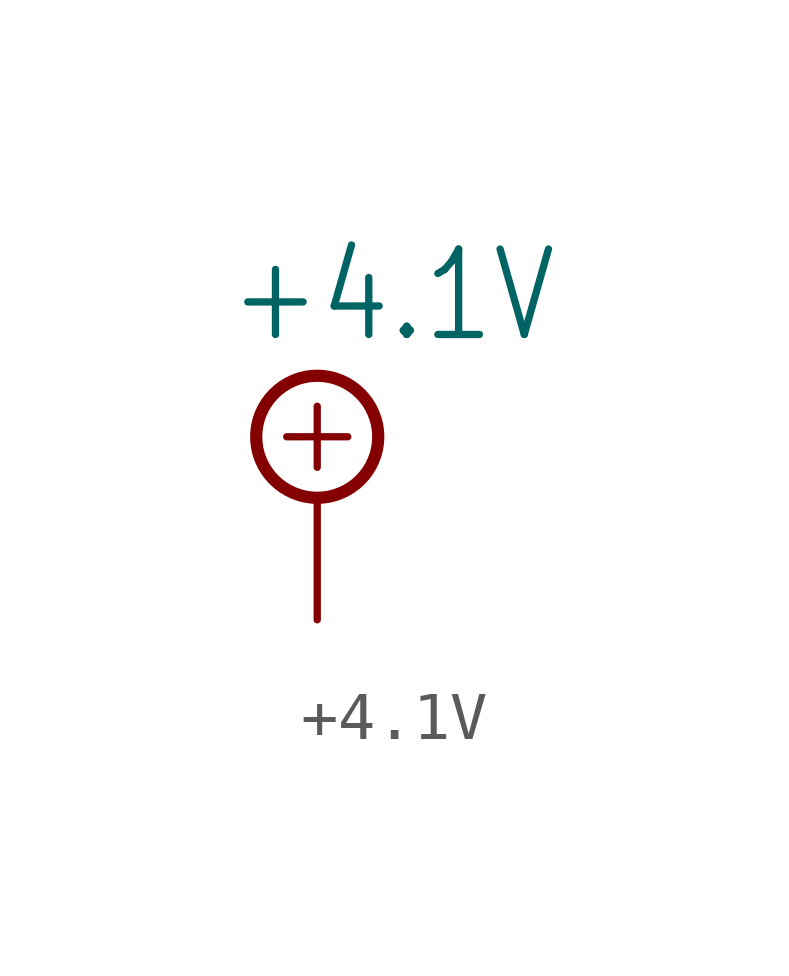
<source format=kicad_sym>
(kicad_symbol_lib
  (version 20211014)
  (generator kicad_symbol_editor)
  (symbol "+4.1V"
    (power)
    (property "Reference" "#SUPPLY"
      (at 0 0 0)
      (effects (font (size 1.27 1.27)) hide))
    (property "Value" "+4.1V"
      (at -1.905 3.175 0)
      (effects (font (size 1.778 1.511)) (justify left bottom)))
    (property "ki_locked" ""
      (at 0 0 0)
      (effects (font (size 1.27 1.27))))
    (symbol "+4.1V_1_0"
      (polyline (pts (xy -0.635 1.27) (xy 0.635 1.27)) (stroke (width 0.152) (type default) (color 0 0 0 0)) (fill (type none)))
      (polyline (pts (xy 0 0.635) (xy 0 1.905)) (stroke (width 0.152) (type default) (color 0 0 0 0)) (fill (type none)))
      (circle (center 0 1.27) (radius 1.27) (stroke (width 0.254) (type default) (color 0 0 0 0)) (fill (type none)))
      (pin power_in line (at 0 -2.54 90) (length 2.54) (name "+4.1V" (effects (font (size 0 0)))) (number "1" (effects (font (size 0 0))))))))
</source>
